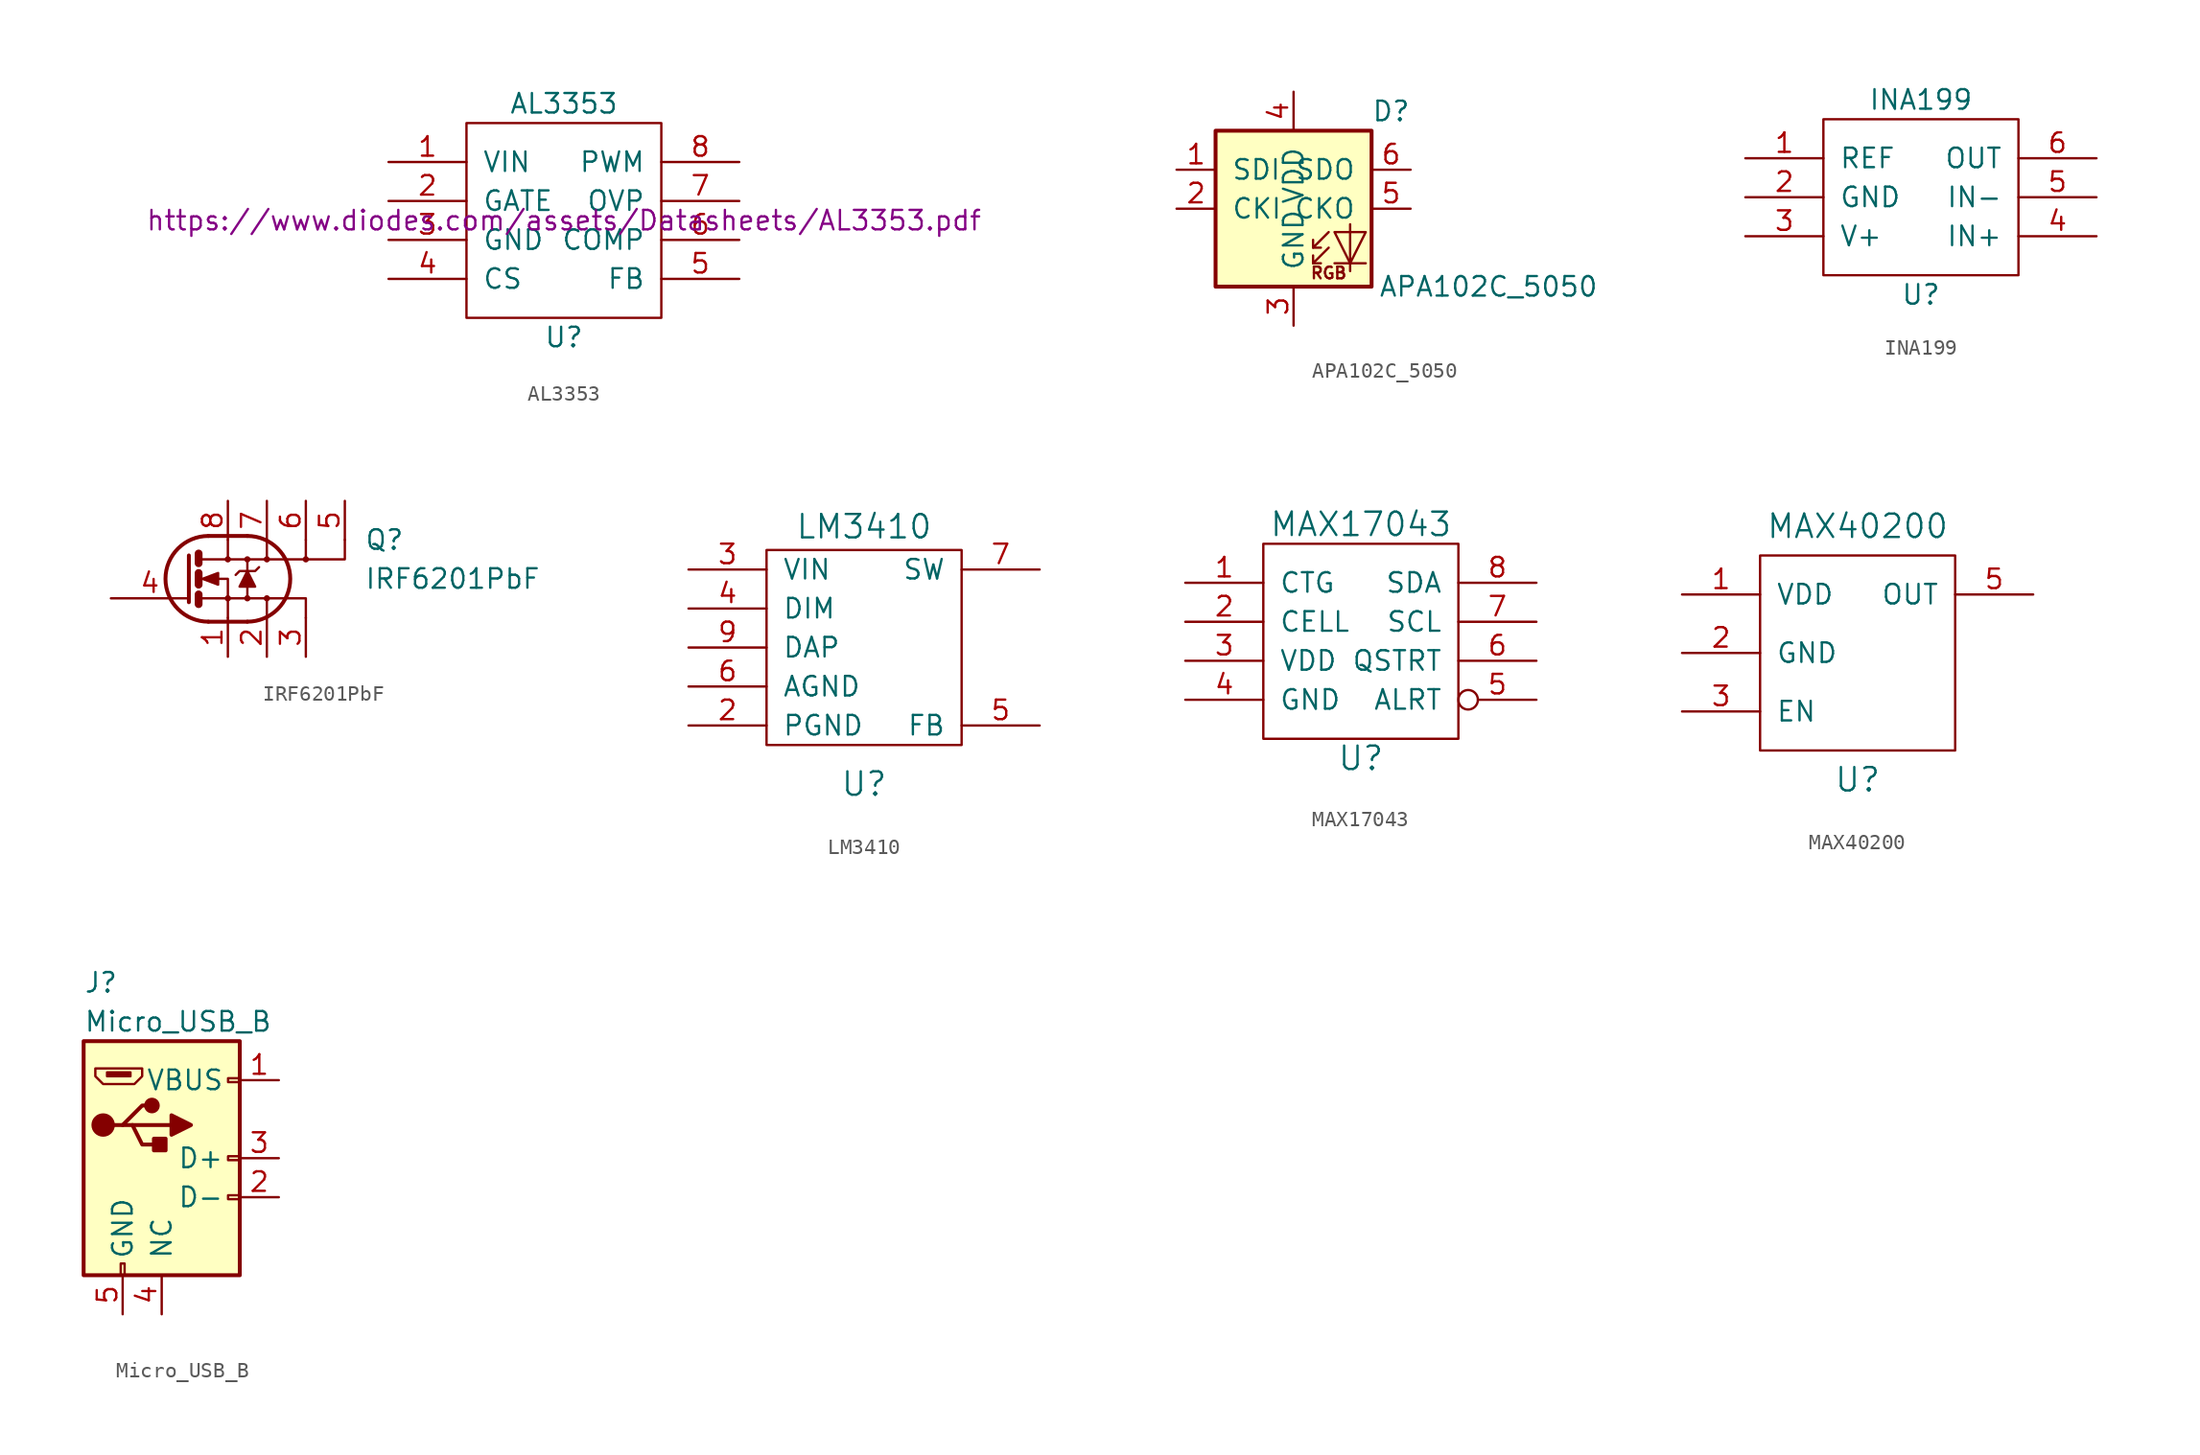
<source format=kicad_sym>
(kicad_symbol_lib
  (version 20211014)
  (generator kicad_symbol_editor)
  (symbol "AL3353"
    (pin_names
      (offset 1.016))
    (property "Reference" "U"
      (at 0 -7.62 0)
      (effects (font (size 1.27 1.27))))
    (property "Value" "AL3353"
      (at 0 7.62 0)
      (effects (font (size 1.27 1.27))))
    (property "Datasheet" "https://www.diodes.com/assets/Datasheets/AL3353.pdf"
      (at 0 0 0)
      (effects (font (size 1.27 1.27))))
    (symbol "AL3353_0_1"
      (rectangle (start -6.35 6.35) (end 6.35 -6.35) (stroke (width 0) (type default) (color 0 0 0 0)) (fill (type none))))
    (symbol "AL3353_1_1"
      (pin input line (at -11.43 3.81 0) (length 5.08) (name "VIN" (effects (font (size 1.27 1.27)))) (number "1" (effects (font (size 1.27 1.27)))))
      (pin input line (at -11.43 1.27 0) (length 5.08) (name "GATE" (effects (font (size 1.27 1.27)))) (number "2" (effects (font (size 1.27 1.27)))))
      (pin input line (at -11.43 -1.27 0) (length 5.08) (name "GND" (effects (font (size 1.27 1.27)))) (number "3" (effects (font (size 1.27 1.27)))))
      (pin input line (at -11.43 -3.81 0) (length 5.08) (name "CS" (effects (font (size 1.27 1.27)))) (number "4" (effects (font (size 1.27 1.27)))))
      (pin input line (at 11.43 -3.81 180) (length 5.08) (name "FB" (effects (font (size 1.27 1.27)))) (number "5" (effects (font (size 1.27 1.27)))))
      (pin input line (at 11.43 -1.27 180) (length 5.08) (name "COMP" (effects (font (size 1.27 1.27)))) (number "6" (effects (font (size 1.27 1.27)))))
      (pin input line (at 11.43 1.27 180) (length 5.08) (name "OVP" (effects (font (size 1.27 1.27)))) (number "7" (effects (font (size 1.27 1.27)))))
      (pin input line (at 11.43 3.81 180) (length 5.08) (name "PWM" (effects (font (size 1.27 1.27)))) (number "8" (effects (font (size 1.27 1.27)))))))
  (symbol "APA102C_5050"
    (pin_names
      (offset 1.016))
    (property "Reference" "D"
      (at 6.35 6.35 0)
      (effects (font (size 1.27 1.27))))
    (property "Value" "APA102C_5050"
      (at 12.7 -5.08 0)
      (effects (font (size 1.27 1.27))))
    (symbol "APA102C_5050_1_1"
      (polyline (pts (xy 1.27 -3.556) (xy 1.778 -3.556)) (stroke (width 0) (type default) (color 0 0 0 0)) (fill (type none)))
      (polyline (pts (xy 1.27 -2.54) (xy 1.778 -2.54)) (stroke (width 0) (type default) (color 0 0 0 0)) (fill (type none)))
      (polyline (pts (xy 4.699 -3.556) (xy 2.667 -3.556)) (stroke (width 0) (type default) (color 0 0 0 0)) (fill (type none)))
      (polyline (pts (xy 2.286 -2.54) (xy 1.27 -3.556) (xy 1.27 -3.048)) (stroke (width 0) (type default) (color 0 0 0 0)) (fill (type none)))
      (polyline (pts (xy 2.286 -1.524) (xy 1.27 -2.54) (xy 1.27 -2.032)) (stroke (width 0) (type default) (color 0 0 0 0)) (fill (type none)))
      (polyline (pts (xy 3.683 -1.016) (xy 3.683 -3.556) (xy 3.683 -4.064)) (stroke (width 0) (type default) (color 0 0 0 0)) (fill (type none)))
      (polyline (pts (xy 4.699 -1.524) (xy 2.667 -1.524) (xy 3.683 -3.556) (xy 4.699 -1.524)) (stroke (width 0) (type default) (color 0 0 0 0)) (fill (type none)))
      (rectangle (start 5.08 5.08) (end -5.08 -5.08) (stroke (width 0.254) (type default) (color 0 0 0 0)) (fill (type background)))
      (text "RGB" (at 2.286 -4.191 0) (effects (font (size 0.762 0.762))))
      (pin input line (at -7.62 2.54 0) (length 2.54) (name "SDI" (effects (font (size 1.27 1.27)))) (number "1" (effects (font (size 1.27 1.27)))))
      (pin input line (at -7.62 0 0) (length 2.54) (name "CKI" (effects (font (size 1.27 1.27)))) (number "2" (effects (font (size 1.27 1.27)))))
      (pin power_in line (at 0 -7.62 90) (length 2.54) (name "GND" (effects (font (size 1.27 1.27)))) (number "3" (effects (font (size 1.27 1.27)))))
      (pin power_in line (at 0 7.62 270) (length 2.54) (name "VDD" (effects (font (size 1.27 1.27)))) (number "4" (effects (font (size 1.27 1.27)))))
      (pin output line (at 7.62 0 180) (length 2.54) (name "CKO" (effects (font (size 1.27 1.27)))) (number "5" (effects (font (size 1.27 1.27)))))
      (pin output line (at 7.62 2.54 180) (length 2.54) (name "SDO" (effects (font (size 1.27 1.27)))) (number "6" (effects (font (size 1.27 1.27)))))))
  (symbol "INA199"
    (pin_names
      (offset 1.016))
    (property "Reference" "U"
      (at 0 -6.35 0)
      (effects (font (size 1.27 1.27))))
    (property "Value" "INA199"
      (at 0 6.35 0)
      (effects (font (size 1.27 1.27))))
    (symbol "INA199_0_1"
      (rectangle (start -6.35 -5.08) (end 6.35 5.08) (stroke (width 0) (type default) (color 0 0 0 0)) (fill (type none))))
    (symbol "INA199_1_1"
      (pin input line (at -11.43 2.54 0) (length 5.08) (name "REF" (effects (font (size 1.27 1.27)))) (number "1" (effects (font (size 1.27 1.27)))))
      (pin input line (at -11.43 0 0) (length 5.08) (name "GND" (effects (font (size 1.27 1.27)))) (number "2" (effects (font (size 1.27 1.27)))))
      (pin input line (at -11.43 -2.54 0) (length 5.08) (name "V+" (effects (font (size 1.27 1.27)))) (number "3" (effects (font (size 1.27 1.27)))))
      (pin input line (at 11.43 -2.54 180) (length 5.08) (name "IN+" (effects (font (size 1.27 1.27)))) (number "4" (effects (font (size 1.27 1.27)))))
      (pin input line (at 11.43 0 180) (length 5.08) (name "IN-" (effects (font (size 1.27 1.27)))) (number "5" (effects (font (size 1.27 1.27)))))
      (pin input line (at 11.43 2.54 180) (length 5.08) (name "OUT" (effects (font (size 1.27 1.27)))) (number "6" (effects (font (size 1.27 1.27)))))))
  (symbol "IRF6201PbF"
    (pin_names
      (offset 0) hide)
    (property "Reference" "Q"
      (at 8.89 2.54 0)
      (effects (font (size 1.27 1.27)) (justify left)))
    (property "Value" "IRF6201PbF"
      (at 8.89 0 0)
      (effects (font (size 1.27 1.27)) (justify left)))
    (symbol "IRF6201PbF_0_1"
      (arc (start -1.27 2.794) (mid -4.064 0) (end -1.27 -2.794) (stroke (width 0.254) (type default) (color 0 0 0 0)) (fill (type none)))
      (circle (center 0 -1.27) (radius 0.127) (stroke (width 0) (type default) (color 0 0 0 0)) (fill (type none)))
      (polyline (pts (xy -1.905 -1.016) (xy -1.905 -1.651)) (stroke (width 0.508) (type default) (color 0 0 0 0)) (fill (type none)))
      (polyline (pts (xy -1.905 0.381) (xy -1.905 -0.381)) (stroke (width 0.508) (type default) (color 0 0 0 0)) (fill (type none)))
      (polyline (pts (xy -1.905 1.651) (xy -1.905 1.016)) (stroke (width 0.508) (type default) (color 0 0 0 0)) (fill (type none)))
      (polyline (pts (xy -1.27 -2.794) (xy 1.27 -2.794)) (stroke (width 0.254) (type default) (color 0 0 0 0)) (fill (type none)))
      (polyline (pts (xy -1.27 2.794) (xy 1.27 2.794)) (stroke (width 0.254) (type default) (color 0 0 0 0)) (fill (type none)))
      (polyline (pts (xy 0 -2.54) (xy 0 -1.27)) (stroke (width 0) (type default) (color 0 0 0 0)) (fill (type none)))
      (polyline (pts (xy 1.27 1.27) (xy 1.27 -1.27)) (stroke (width 0) (type default) (color 0 0 0 0)) (fill (type none)))
      (polyline (pts (xy 2.54 -2.54) (xy 2.54 -1.27)) (stroke (width 0) (type default) (color 0 0 0 0)) (fill (type none)))
      (polyline (pts (xy 2.54 1.27) (xy 2.54 2.54)) (stroke (width 0) (type default) (color 0 0 0 0)) (fill (type none)))
      (polyline (pts (xy 5.08 1.27) (xy 5.08 2.54)) (stroke (width 0) (type default) (color 0 0 0 0)) (fill (type none)))
      (polyline (pts (xy -2.54 1.524) (xy -2.54 -1.524) (xy -2.54 -1.524)) (stroke (width 0.254) (type default) (color 0 0 0 0)) (fill (type none)))
      (polyline (pts (xy -1.905 -1.27) (xy 5.08 -1.27) (xy 5.08 -2.54)) (stroke (width 0) (type default) (color 0 0 0 0)) (fill (type none)))
      (polyline (pts (xy -1.27 0) (xy 0 0) (xy 0 -1.27)) (stroke (width 0) (type default) (color 0 0 0 0)) (fill (type none)))
      (polyline (pts (xy 0 1.27) (xy 7.62 1.27) (xy 7.62 2.54)) (stroke (width 0) (type default) (color 0 0 0 0)) (fill (type none)))
      (polyline (pts (xy -1.778 1.27) (xy 0 1.27) (xy 0 2.54) (xy 0 2.54)) (stroke (width 0) (type default) (color 0 0 0 0)) (fill (type none)))
      (polyline (pts (xy 0.508 0.254) (xy 0.762 0.508) (xy 1.778 0.508) (xy 2.032 0.762)) (stroke (width 0) (type default) (color 0 0 0 0)) (fill (type none)))
      (circle (center 0 1.27) (radius 0.127) (stroke (width 0) (type default) (color 0 0 0 0)) (fill (type none)))
      (arc (start 1.27 -2.794) (mid 4.064 0) (end 1.27 2.794) (stroke (width 0.254) (type default) (color 0 0 0 0)) (fill (type none)))
      (circle (center 1.27 -1.27) (radius 0.127) (stroke (width 0) (type default) (color 0 0 0 0)) (fill (type none)))
      (circle (center 1.27 1.27) (radius 0.127) (stroke (width 0) (type default) (color 0 0 0 0)) (fill (type none)))
      (circle (center 2.54 -1.27) (radius 0.127) (stroke (width 0) (type default) (color 0 0 0 0)) (fill (type none)))
      (circle (center 2.54 1.27) (radius 0.127) (stroke (width 0) (type default) (color 0 0 0 0)) (fill (type none)))
      (circle (center 5.08 1.27) (radius 0.127) (stroke (width 0) (type default) (color 0 0 0 0)) (fill (type none))))
    (symbol "IRF6201PbF_1_1"
      (polyline (pts (xy 1.27 0.508) (xy 0.762 -0.508) (xy 1.778 -0.508) (xy 1.27 0.508)) (stroke (width 0) (type default) (color 0 0 0 0)) (fill (type outline)))
      (polyline (pts (xy -1.651 0) (xy -0.635 0.381) (xy -0.635 -0.381) (xy -1.651 0) (xy -1.524 0) (xy -1.524 0)) (stroke (width 0) (type default) (color 0 0 0 0)) (fill (type outline)))
      (pin passive line (at 0 -5.08 90) (length 2.54) (name "S" (effects (font (size 1.27 1.27)))) (number "1" (effects (font (size 1.27 1.27)))))
      (pin passive line (at 2.54 -5.08 90) (length 2.54) (name "~" (effects (font (size 1.27 1.27)))) (number "2" (effects (font (size 1.27 1.27)))))
      (pin passive line (at 5.08 -5.08 90) (length 2.54) (name "~" (effects (font (size 1.27 1.27)))) (number "3" (effects (font (size 1.27 1.27)))))
      (pin input line (at -7.62 -1.27 0) (length 5.08) (name "G" (effects (font (size 1.27 1.27)))) (number "4" (effects (font (size 1.27 1.27)))))
      (pin passive line (at 7.62 5.08 270) (length 2.54) (name "~" (effects (font (size 1.27 1.27)))) (number "5" (effects (font (size 1.27 1.27)))))
      (pin passive line (at 5.08 5.08 270) (length 2.54) (name "~" (effects (font (size 1.27 1.27)))) (number "6" (effects (font (size 1.27 1.27)))))
      (pin passive line (at 2.54 5.08 270) (length 2.54) (name "~" (effects (font (size 1.27 1.27)))) (number "7" (effects (font (size 1.27 1.27)))))
      (pin passive line (at 0 5.08 270) (length 2.54) (name "D" (effects (font (size 1.27 1.27)))) (number "8" (effects (font (size 1.27 1.27)))))))
  (symbol "LM3410"
    (pin_names
      (offset 1.016))
    (property "Reference" "U"
      (at 0 -6.35 0)
      (effects (font (size 1.524 1.524))))
    (property "Value" "LM3410"
      (at 0 10.414 0)
      (effects (font (size 1.524 1.524))))
    (symbol "LM3410_0_1"
      (rectangle (start -6.35 8.89) (end 6.35 -3.81) (stroke (width 0) (type default) (color 0 0 0 0)) (fill (type none))))
    (symbol "LM3410_1_1"
      (pin no_connect line (at 11.43 2.794 180) (length 5.08) hide (name "NC" (effects (font (size 1.27 1.27)))) (number "1" (effects (font (size 1.27 1.27)))))
      (pin input line (at -11.43 -2.54 0) (length 5.08) (name "PGND" (effects (font (size 1.27 1.27)))) (number "2" (effects (font (size 1.27 1.27)))))
      (pin input line (at -11.43 7.62 0) (length 5.08) (name "VIN" (effects (font (size 1.27 1.27)))) (number "3" (effects (font (size 1.27 1.27)))))
      (pin input line (at -11.43 5.08 0) (length 5.08) (name "DIM" (effects (font (size 1.27 1.27)))) (number "4" (effects (font (size 1.27 1.27)))))
      (pin input line (at 11.43 -2.54 180) (length 5.08) (name "FB" (effects (font (size 1.27 1.27)))) (number "5" (effects (font (size 1.27 1.27)))))
      (pin input line (at -11.43 0 0) (length 5.08) (name "AGND" (effects (font (size 1.27 1.27)))) (number "6" (effects (font (size 1.27 1.27)))))
      (pin input line (at 11.43 7.62 180) (length 5.08) (name "SW" (effects (font (size 1.27 1.27)))) (number "7" (effects (font (size 1.27 1.27)))))
      (pin no_connect line (at 11.43 0 180) (length 5.08) hide (name "NC" (effects (font (size 1.27 1.27)))) (number "8" (effects (font (size 1.27 1.27)))))
      (pin passive line (at -11.43 2.54 0) (length 5.08) (name "DAP" (effects (font (size 1.27 1.27)))) (number "9" (effects (font (size 1.27 1.27)))))))
  (symbol "MAX17043"
    (pin_names
      (offset 1.016))
    (property "Reference" "U"
      (at 0 -6.35 0)
      (effects (font (size 1.524 1.524))))
    (property "Value" "MAX17043"
      (at 0 8.89 0)
      (effects (font (size 1.524 1.524))))
    (symbol "MAX17043_0_1"
      (rectangle (start -6.35 7.62) (end 6.35 -5.08) (stroke (width 0) (type default) (color 0 0 0 0)) (fill (type none))))
    (symbol "MAX17043_1_1"
      (pin input line (at -11.43 5.08 0) (length 5.08) (name "CTG" (effects (font (size 1.27 1.27)))) (number "1" (effects (font (size 1.27 1.27)))))
      (pin input line (at -11.43 2.54 0) (length 5.08) (name "CELL" (effects (font (size 1.27 1.27)))) (number "2" (effects (font (size 1.27 1.27)))))
      (pin input line (at -11.43 0 0) (length 5.08) (name "VDD" (effects (font (size 1.27 1.27)))) (number "3" (effects (font (size 1.27 1.27)))))
      (pin input line (at -11.43 -2.54 0) (length 5.08) (name "GND" (effects (font (size 1.27 1.27)))) (number "4" (effects (font (size 1.27 1.27)))))
      (pin input inverted (at 11.43 -2.54 180) (length 5.08) (name "ALRT" (effects (font (size 1.27 1.27)))) (number "5" (effects (font (size 1.27 1.27)))))
      (pin input line (at 11.43 0 180) (length 5.08) (name "QSTRT" (effects (font (size 1.27 1.27)))) (number "6" (effects (font (size 1.27 1.27)))))
      (pin input line (at 11.43 2.54 180) (length 5.08) (name "SCL" (effects (font (size 1.27 1.27)))) (number "7" (effects (font (size 1.27 1.27)))))
      (pin input line (at 11.43 5.08 180) (length 5.08) (name "SDA" (effects (font (size 1.27 1.27)))) (number "8" (effects (font (size 1.27 1.27)))))))
  (symbol "MAX40200"
    (pin_names
      (offset 1.016))
    (property "Reference" "U"
      (at 0 -8.255 0)
      (effects (font (size 1.524 1.524))))
    (property "Value" "MAX40200"
      (at 0 8.255 0)
      (effects (font (size 1.524 1.524))))
    (symbol "MAX40200_0_1"
      (rectangle (start -6.35 6.35) (end 6.35 -6.35) (stroke (width 0) (type default) (color 0 0 0 0)) (fill (type none))))
    (symbol "MAX40200_1_1"
      (pin input line (at -11.43 3.81 0) (length 5.08) (name "VDD" (effects (font (size 1.27 1.27)))) (number "1" (effects (font (size 1.27 1.27)))))
      (pin input line (at -11.43 0 0) (length 5.08) (name "GND" (effects (font (size 1.27 1.27)))) (number "2" (effects (font (size 1.27 1.27)))))
      (pin input line (at -11.43 -3.81 0) (length 5.08) (name "EN" (effects (font (size 1.27 1.27)))) (number "3" (effects (font (size 1.27 1.27)))))
      (pin no_connect line (at 11.43 -3.81 180) (length 5.08) hide (name "NC" (effects (font (size 1.27 1.27)))) (number "4" (effects (font (size 1.27 1.27)))))
      (pin input line (at 11.43 3.81 180) (length 5.08) (name "OUT" (effects (font (size 1.27 1.27)))) (number "5" (effects (font (size 1.27 1.27)))))))
  (symbol "Micro_USB_B"
    (pin_names
      (offset 1.016))
    (property "Reference" "J"
      (at -5.08 11.43 0)
      (effects (font (size 1.27 1.27)) (justify left)))
    (property "Value" "Micro_USB_B"
      (at -5.08 8.89 0)
      (effects (font (size 1.27 1.27)) (justify left)))
    (symbol "Micro_USB_B_0_1"
      (rectangle (start -5.08 -7.62) (end 5.08 7.62) (stroke (width 0.254) (type default) (color 0 0 0 0)) (fill (type background)))
      (circle (center -3.81 2.159) (radius 0.635) (stroke (width 0.254) (type default) (color 0 0 0 0)) (fill (type outline)))
      (rectangle (start -3.556 5.588) (end -2.032 5.334) (stroke (width 0) (type default) (color 0 0 0 0)) (fill (type outline)))
      (rectangle (start -2.667 -7.62) (end -2.413 -6.858) (stroke (width 0) (type default) (color 0 0 0 0)) (fill (type none)))
      (circle (center -0.635 3.429) (radius 0.381) (stroke (width 0.254) (type default) (color 0 0 0 0)) (fill (type outline)))
      (polyline (pts (xy -3.175 2.159) (xy -2.54 2.159) (xy -1.27 3.429) (xy -0.635 3.429)) (stroke (width 0.254) (type default) (color 0 0 0 0)) (fill (type none)))
      (polyline (pts (xy -2.54 2.159) (xy -1.905 2.159) (xy -1.27 0.889) (xy 0 0.889)) (stroke (width 0.254) (type default) (color 0 0 0 0)) (fill (type none)))
      (polyline (pts (xy 0.635 2.794) (xy 0.635 1.524) (xy 1.905 2.159) (xy 0.635 2.794)) (stroke (width 0.254) (type default) (color 0 0 0 0)) (fill (type outline)))
      (polyline (pts (xy -4.318 5.842) (xy -1.27 5.842) (xy -1.27 5.334) (xy -1.778 4.826) (xy -3.81 4.826) (xy -4.318 5.334) (xy -4.318 5.842)) (stroke (width 0) (type default) (color 0 0 0 0)) (fill (type none)))
      (rectangle (start 0.254 1.27) (end -0.508 0.508) (stroke (width 0.254) (type default) (color 0 0 0 0)) (fill (type outline)))
      (rectangle (start 5.08 -2.667) (end 4.318 -2.413) (stroke (width 0) (type default) (color 0 0 0 0)) (fill (type none)))
      (rectangle (start 5.08 -0.127) (end 4.318 0.127) (stroke (width 0) (type default) (color 0 0 0 0)) (fill (type none)))
      (rectangle (start 5.08 4.953) (end 4.318 5.207) (stroke (width 0) (type default) (color 0 0 0 0)) (fill (type none))))
    (symbol "Micro_USB_B_1_1"
      (polyline (pts (xy -1.905 2.159) (xy 0.635 2.159)) (stroke (width 0.254) (type default) (color 0 0 0 0)) (fill (type none)))
      (pin power_in line (at 7.62 5.08 180) (length 2.54) (name "VBUS" (effects (font (size 1.27 1.27)))) (number "1" (effects (font (size 1.27 1.27)))))
      (pin passive line (at 7.62 -2.54 180) (length 2.54) (name "D-" (effects (font (size 1.27 1.27)))) (number "2" (effects (font (size 1.27 1.27)))))
      (pin passive line (at 7.62 0 180) (length 2.54) (name "D+" (effects (font (size 1.27 1.27)))) (number "3" (effects (font (size 1.27 1.27)))))
      (pin passive line (at 0 -10.16 90) (length 2.54) (name "NC" (effects (font (size 1.27 1.27)))) (number "4" (effects (font (size 1.27 1.27)))))
      (pin power_in line (at -2.54 -10.16 90) (length 2.54) (name "GND" (effects (font (size 1.27 1.27)))) (number "5" (effects (font (size 1.27 1.27))))))))
</source>
